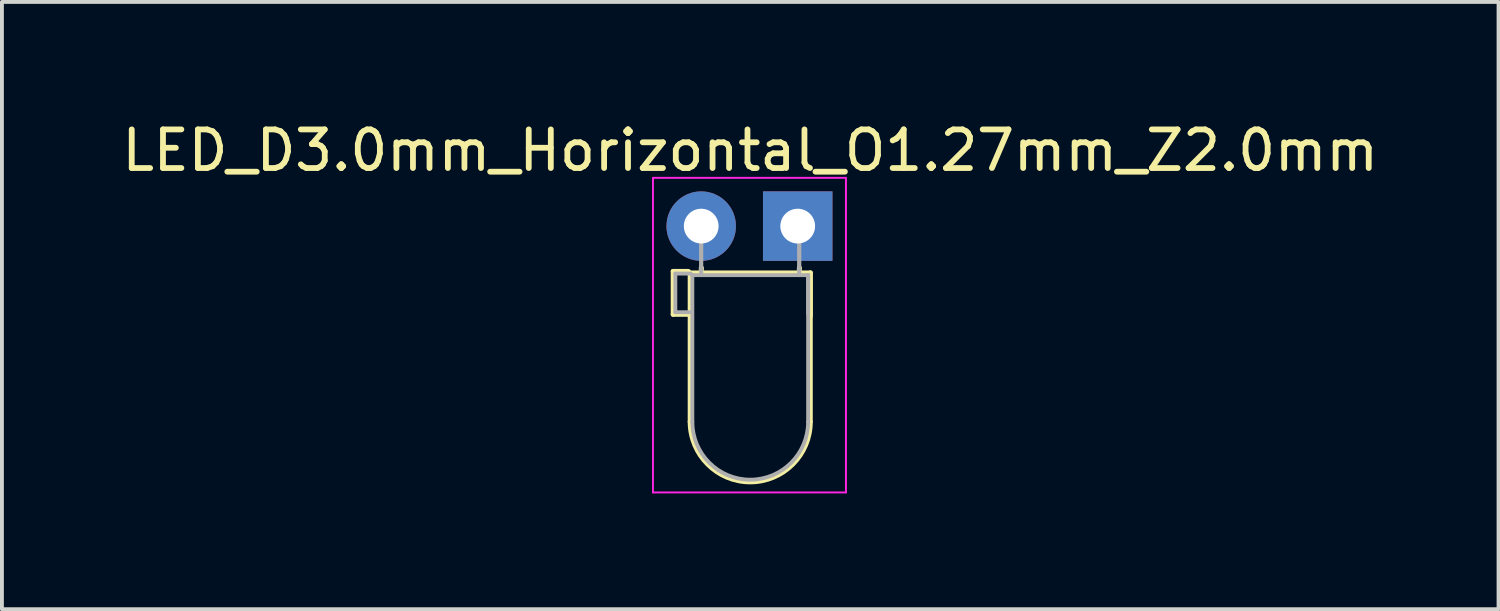
<source format=kicad_pcb>
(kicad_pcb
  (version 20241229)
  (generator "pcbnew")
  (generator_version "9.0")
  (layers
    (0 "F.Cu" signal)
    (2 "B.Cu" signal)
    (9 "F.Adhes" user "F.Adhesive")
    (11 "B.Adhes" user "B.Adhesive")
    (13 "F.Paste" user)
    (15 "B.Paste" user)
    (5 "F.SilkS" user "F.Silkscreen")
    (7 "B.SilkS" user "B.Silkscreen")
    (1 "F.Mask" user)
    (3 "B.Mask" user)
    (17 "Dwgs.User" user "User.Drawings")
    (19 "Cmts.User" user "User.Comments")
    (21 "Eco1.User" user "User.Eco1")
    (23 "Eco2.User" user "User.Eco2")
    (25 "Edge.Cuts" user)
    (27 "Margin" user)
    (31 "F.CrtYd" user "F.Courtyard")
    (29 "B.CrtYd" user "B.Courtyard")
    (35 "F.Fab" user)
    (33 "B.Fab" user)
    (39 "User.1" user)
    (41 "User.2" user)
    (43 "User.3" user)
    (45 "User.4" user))
  (footprint "LED_D3.0mm_Horizontal_O1.27mm_Z2.0mm"
    (layer "F.Cu")
    (at 15.117 2.808)
    (property "Reference" "LED_D3.0mm_Horizontal_O1.27mm_Z2.0mm" (at 1.27 -1.96 0) (layer "F.SilkS") (effects (font (size 1 1) (thickness 0.15))))
    (attr through_hole)
    (fp_line (start -0.73 1.17) (end -0.33 1.17) (stroke (width 0.12) (type solid)) (layer "F.SilkS"))
    (fp_line (start -0.73 2.29) (end -0.73 1.17) (stroke (width 0.12) (type solid)) (layer "F.SilkS"))
    (fp_line (start -0.33 2.29) (end -0.73 2.29) (stroke (width 0.12) (type solid)) (layer "F.SilkS"))
    (fp_line (start -0.29 1.21) (end -0.29 5.07) (stroke (width 0.12) (type solid)) (layer "F.SilkS"))
    (fp_line (start -0.29 1.21) (end 2.83 1.21) (stroke (width 0.12) (type solid)) (layer "F.SilkS"))
    (fp_line (start 0 1.08) (end 0 1.08) (stroke (width 0.12) (type solid)) (layer "F.SilkS"))
    (fp_line (start 0 1.08) (end 0 1.21) (stroke (width 0.12) (type solid)) (layer "F.SilkS"))
    (fp_line (start 0 1.21) (end 0 1.08) (stroke (width 0.12) (type solid)) (layer "F.SilkS"))
    (fp_line (start 0 1.21) (end 0 1.21) (stroke (width 0.12) (type solid)) (layer "F.SilkS"))
    (fp_line (start 2.54 1.08) (end 2.54 1.08) (stroke (width 0.12) (type solid)) (layer "F.SilkS"))
    (fp_line (start 2.54 1.08) (end 2.54 1.21) (stroke (width 0.12) (type solid)) (layer "F.SilkS"))
    (fp_line (start 2.54 1.21) (end 2.54 1.08) (stroke (width 0.12) (type solid)) (layer "F.SilkS"))
    (fp_line (start 2.54 1.21) (end 2.54 1.21) (stroke (width 0.12) (type solid)) (layer "F.SilkS"))
    (fp_line (start 2.83 1.21) (end 2.83 5.07) (stroke (width 0.12) (type solid)) (layer "F.SilkS"))
    (fp_line (start 2.83 2.33) (end 2.83 1.21) (stroke (width 0.12) (type solid)) (layer "F.SilkS"))
    (fp_arc (start 2.83 5.07) (mid 1.27 6.63) (end -0.29 5.07) (stroke (width 0.12) (type solid)) (layer "F.SilkS"))
    (fp_line (start -1.25 -1.25) (end -1.25 6.9) (stroke (width 0.05) (type solid)) (layer "F.CrtYd"))
    (fp_line (start -1.25 6.9) (end 3.75 6.9) (stroke (width 0.05) (type solid)) (layer "F.CrtYd"))
    (fp_line (start 3.75 -1.25) (end -1.25 -1.25) (stroke (width 0.05) (type solid)) (layer "F.CrtYd"))
    (fp_line (start 3.75 6.9) (end 3.75 -1.25) (stroke (width 0.05) (type solid)) (layer "F.CrtYd"))
    (fp_line (start -0.67 1.23) (end -0.27 1.23) (stroke (width 0.1) (type solid)) (layer "F.Fab"))
    (fp_line (start -0.67 2.23) (end -0.67 1.23) (stroke (width 0.1) (type solid)) (layer "F.Fab"))
    (fp_line (start -0.27 2.23) (end -0.67 2.23) (stroke (width 0.1) (type solid)) (layer "F.Fab"))
    (fp_line (start -0.23 1.27) (end -0.23 5.07) (stroke (width 0.1) (type solid)) (layer "F.Fab"))
    (fp_line (start -0.23 1.27) (end 2.77 1.27) (stroke (width 0.1) (type solid)) (layer "F.Fab"))
    (fp_line (start 0 0) (end 0 0) (stroke (width 0.1) (type solid)) (layer "F.Fab"))
    (fp_line (start 0 0) (end 0 1.27) (stroke (width 0.1) (type solid)) (layer "F.Fab"))
    (fp_line (start 0 1.27) (end 0 0) (stroke (width 0.1) (type solid)) (layer "F.Fab"))
    (fp_line (start 0 1.27) (end 0 1.27) (stroke (width 0.1) (type solid)) (layer "F.Fab"))
    (fp_line (start 2.54 0) (end 2.54 0) (stroke (width 0.1) (type solid)) (layer "F.Fab"))
    (fp_line (start 2.54 0) (end 2.54 1.27) (stroke (width 0.1) (type solid)) (layer "F.Fab"))
    (fp_line (start 2.54 1.27) (end 2.54 0) (stroke (width 0.1) (type solid)) (layer "F.Fab"))
    (fp_line (start 2.54 1.27) (end 2.54 1.27) (stroke (width 0.1) (type solid)) (layer "F.Fab"))
    (fp_line (start 2.77 1.27) (end 2.77 5.07) (stroke (width 0.1) (type solid)) (layer "F.Fab"))
    (fp_line (start 2.77 2.27) (end 2.77 1.27) (stroke (width 0.1) (type solid)) (layer "F.Fab"))
    (fp_arc (start 2.77 5.07) (mid 1.27 6.57) (end -0.23 5.07) (stroke (width 0.1) (type solid)) (layer "F.Fab"))
    (pad "1" thru_hole rect (at 2.5 0) (size 1.8 1.8) (drill 0.9) (layers "*.Cu" "*.Mask"))
    (pad "2" thru_hole circle (at 0 0) (size 1.8 1.8) (drill 0.9) (layers "*.Cu" "*.Mask")))
  (gr_rect
    (start -3 -3)
    (end 35.774 12.733)
    (stroke (width 0.1) (type default))
    (fill no)
    (layer "Edge.Cuts")))
</source>
